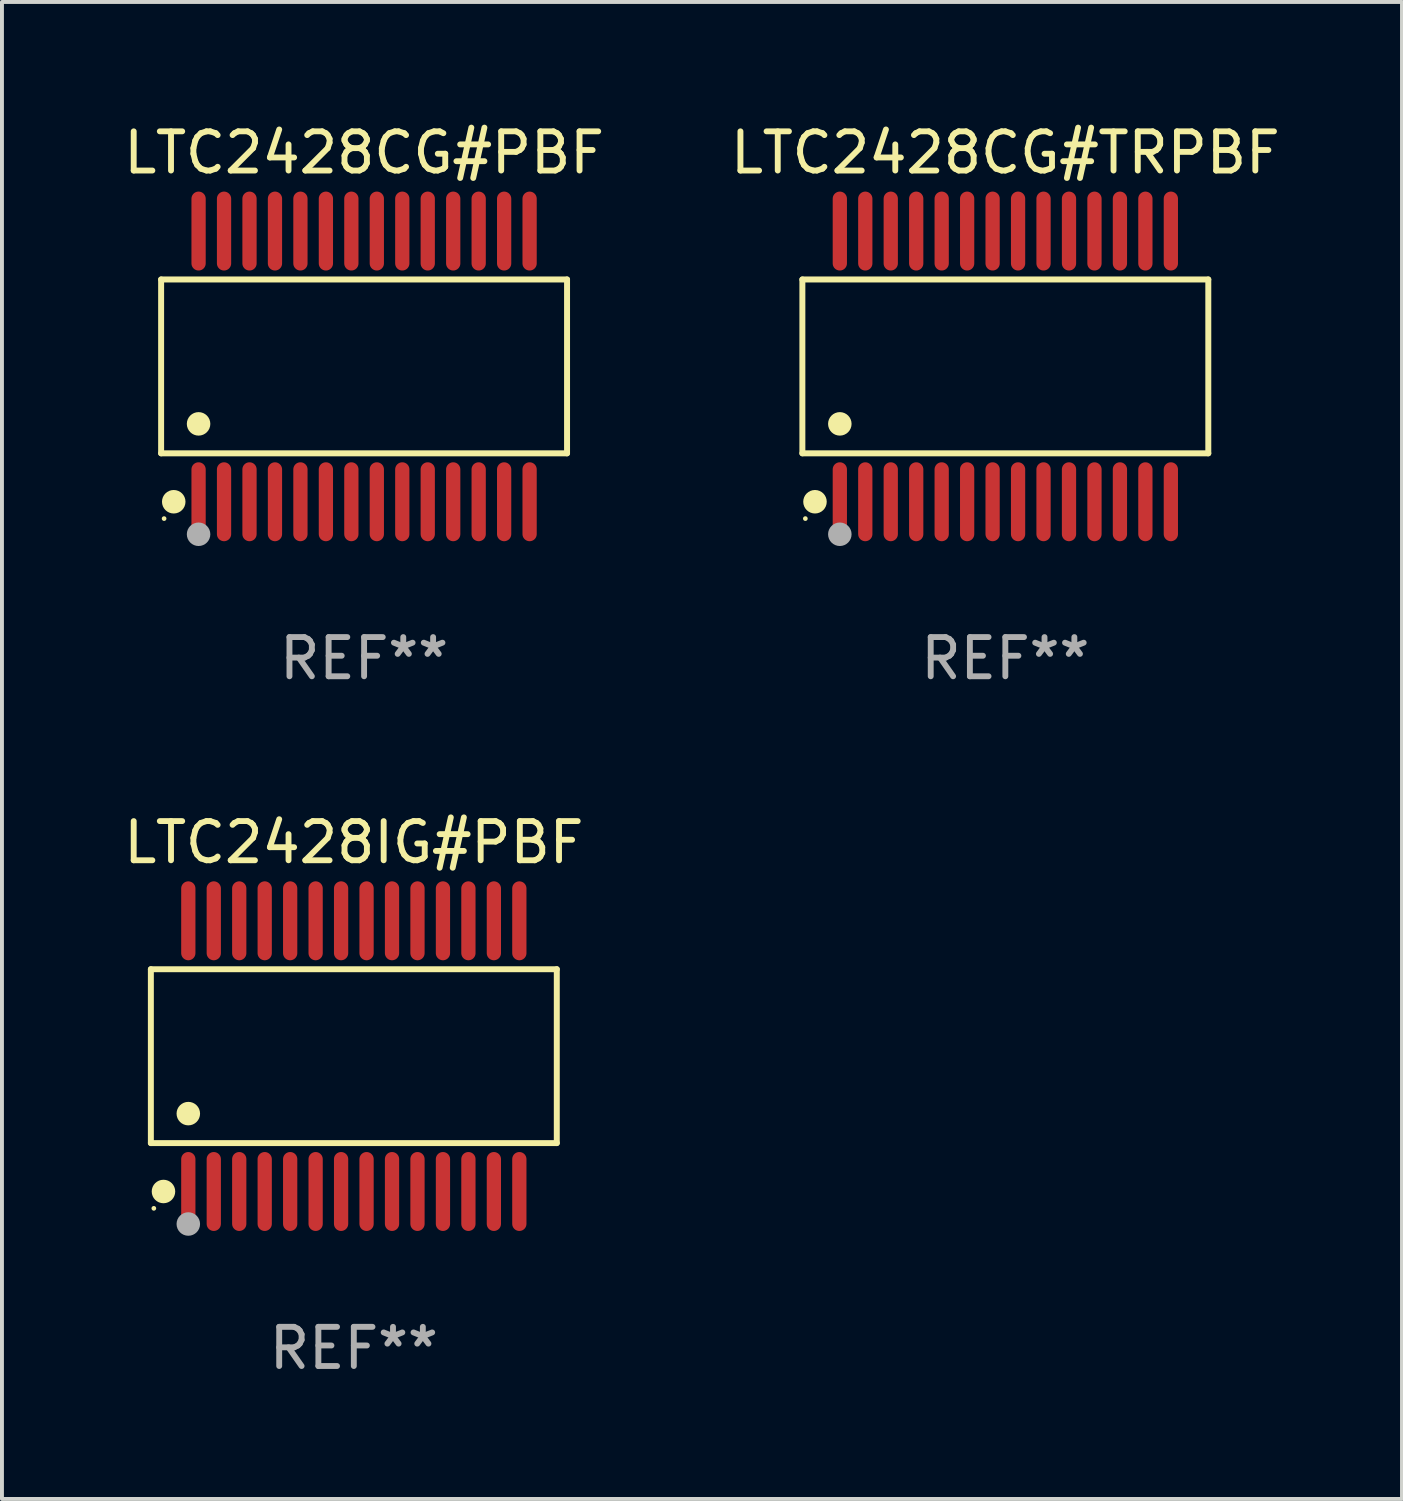
<source format=kicad_pcb>
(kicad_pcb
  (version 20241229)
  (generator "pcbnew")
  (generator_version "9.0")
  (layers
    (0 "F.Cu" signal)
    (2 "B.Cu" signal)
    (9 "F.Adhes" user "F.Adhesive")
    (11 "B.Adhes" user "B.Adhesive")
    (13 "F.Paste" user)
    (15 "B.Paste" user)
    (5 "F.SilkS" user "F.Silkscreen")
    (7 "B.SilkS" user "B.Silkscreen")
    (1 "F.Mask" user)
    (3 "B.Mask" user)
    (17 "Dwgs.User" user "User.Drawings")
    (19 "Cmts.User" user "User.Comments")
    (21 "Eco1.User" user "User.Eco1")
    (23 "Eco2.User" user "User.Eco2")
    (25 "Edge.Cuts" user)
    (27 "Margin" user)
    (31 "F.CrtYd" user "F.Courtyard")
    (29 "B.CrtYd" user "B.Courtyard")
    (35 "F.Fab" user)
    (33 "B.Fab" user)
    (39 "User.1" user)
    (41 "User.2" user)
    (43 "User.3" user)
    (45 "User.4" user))
  (footprint "LTC2428CG#TRPBF"
    (layer "F.Cu")
    (at 22.613 6.303)
    (property "Reference" "LTC2428CG#TRPBF" (at 0 -5.455 0) (layer "F.SilkS") (effects (font (size 1 1) (thickness 0.15))))
    (attr through_hole)
    (fp_line (start -5.181 -2.219) (end 5.181 -2.219) (stroke (width 0.152) (type solid)) (layer "F.SilkS"))
    (fp_line (start -5.181 2.219) (end -5.181 -2.219) (stroke (width 0.152) (type solid)) (layer "F.SilkS"))
    (fp_line (start 5.181 -2.219) (end 5.181 2.219) (stroke (width 0.152) (type solid)) (layer "F.SilkS"))
    (fp_line (start 5.181 2.219) (end -5.181 2.219) (stroke (width 0.152) (type solid)) (layer "F.SilkS"))
    (fp_circle (center -5.105 3.885) (end -5.075 3.885) (stroke (width 0.06) (type solid)) (fill no) (layer "F.SilkS"))
    (fp_circle (center -4.859 3.455) (end -4.709 3.455) (stroke (width 0.3) (type solid)) (fill no) (layer "F.SilkS"))
    (fp_circle (center -4.225 1.467) (end -4.075 1.467) (stroke (width 0.3) (type solid)) (fill no) (layer "F.SilkS"))
    (fp_circle (center -4.225 4.285) (end -4.075 4.285) (stroke (width 0.3) (type solid)) (fill no) (layer "F.Fab"))
    (fp_text user "REF**" (at 0 7.455 0) (layer "F.Fab") (effects (font (size 1 1) (thickness 0.15))))
    (pad "1" smd oval (at -4.225 3.455) (size 0.364 2.015) (layers "F.Cu" "F.Mask" "F.Paste"))
    (pad "2" smd oval (at -3.575 3.455) (size 0.364 2.015) (layers "F.Cu" "F.Mask" "F.Paste"))
    (pad "3" smd oval (at -2.925 3.455) (size 0.364 2.015) (layers "F.Cu" "F.Mask" "F.Paste"))
    (pad "4" smd oval (at -2.275 3.455) (size 0.364 2.015) (layers "F.Cu" "F.Mask" "F.Paste"))
    (pad "5" smd oval (at -1.625 3.455) (size 0.364 2.015) (layers "F.Cu" "F.Mask" "F.Paste"))
    (pad "6" smd oval (at -0.975 3.455) (size 0.364 2.015) (layers "F.Cu" "F.Mask" "F.Paste"))
    (pad "7" smd oval (at -0.325 3.455) (size 0.364 2.015) (layers "F.Cu" "F.Mask" "F.Paste"))
    (pad "8" smd oval (at 0.325 3.455) (size 0.364 2.015) (layers "F.Cu" "F.Mask" "F.Paste"))
    (pad "9" smd oval (at 0.975 3.455) (size 0.364 2.015) (layers "F.Cu" "F.Mask" "F.Paste"))
    (pad "10" smd oval (at 1.625 3.455) (size 0.364 2.015) (layers "F.Cu" "F.Mask" "F.Paste"))
    (pad "11" smd oval (at 2.275 3.455) (size 0.364 2.015) (layers "F.Cu" "F.Mask" "F.Paste"))
    (pad "12" smd oval (at 2.925 3.455) (size 0.364 2.015) (layers "F.Cu" "F.Mask" "F.Paste"))
    (pad "13" smd oval (at 3.575 3.455) (size 0.364 2.015) (layers "F.Cu" "F.Mask" "F.Paste"))
    (pad "14" smd oval (at 4.225 3.455) (size 0.364 2.015) (layers "F.Cu" "F.Mask" "F.Paste"))
    (pad "15" smd oval (at 4.225 -3.455) (size 0.364 2.015) (layers "F.Cu" "F.Mask" "F.Paste"))
    (pad "16" smd oval (at 3.575 -3.455) (size 0.364 2.015) (layers "F.Cu" "F.Mask" "F.Paste"))
    (pad "17" smd oval (at 2.925 -3.455) (size 0.364 2.015) (layers "F.Cu" "F.Mask" "F.Paste"))
    (pad "18" smd oval (at 2.275 -3.455) (size 0.364 2.015) (layers "F.Cu" "F.Mask" "F.Paste"))
    (pad "19" smd oval (at 1.625 -3.455) (size 0.364 2.015) (layers "F.Cu" "F.Mask" "F.Paste"))
    (pad "20" smd oval (at 0.975 -3.455) (size 0.364 2.015) (layers "F.Cu" "F.Mask" "F.Paste"))
    (pad "21" smd oval (at 0.325 -3.455) (size 0.364 2.015) (layers "F.Cu" "F.Mask" "F.Paste"))
    (pad "22" smd oval (at -0.325 -3.455) (size 0.364 2.015) (layers "F.Cu" "F.Mask" "F.Paste"))
    (pad "23" smd oval (at -0.975 -3.455) (size 0.364 2.015) (layers "F.Cu" "F.Mask" "F.Paste"))
    (pad "24" smd oval (at -1.625 -3.455) (size 0.364 2.015) (layers "F.Cu" "F.Mask" "F.Paste"))
    (pad "25" smd oval (at -2.275 -3.455) (size 0.364 2.015) (layers "F.Cu" "F.Mask" "F.Paste"))
    (pad "26" smd oval (at -2.925 -3.455) (size 0.364 2.015) (layers "F.Cu" "F.Mask" "F.Paste"))
    (pad "27" smd oval (at -3.575 -3.455) (size 0.364 2.015) (layers "F.Cu" "F.Mask" "F.Paste"))
    (pad "28" smd oval (at -4.225 -3.455) (size 0.364 2.015) (layers "F.Cu" "F.Mask" "F.Paste")))
  (footprint "LTC2428CG#PBF"
    (layer "F.Cu")
    (at 6.244 6.303)
    (property "Reference" "LTC2428CG#PBF" (at 0 -5.455 0) (layer "F.SilkS") (effects (font (size 1 1) (thickness 0.15))))
    (attr through_hole)
    (fp_line (start -5.181 -2.219) (end 5.181 -2.219) (stroke (width 0.152) (type solid)) (layer "F.SilkS"))
    (fp_line (start -5.181 2.219) (end -5.181 -2.219) (stroke (width 0.152) (type solid)) (layer "F.SilkS"))
    (fp_line (start 5.181 -2.219) (end 5.181 2.219) (stroke (width 0.152) (type solid)) (layer "F.SilkS"))
    (fp_line (start 5.181 2.219) (end -5.181 2.219) (stroke (width 0.152) (type solid)) (layer "F.SilkS"))
    (fp_circle (center -5.105 3.885) (end -5.075 3.885) (stroke (width 0.06) (type solid)) (fill no) (layer "F.SilkS"))
    (fp_circle (center -4.859 3.455) (end -4.709 3.455) (stroke (width 0.3) (type solid)) (fill no) (layer "F.SilkS"))
    (fp_circle (center -4.225 1.467) (end -4.075 1.467) (stroke (width 0.3) (type solid)) (fill no) (layer "F.SilkS"))
    (fp_circle (center -4.225 4.285) (end -4.075 4.285) (stroke (width 0.3) (type solid)) (fill no) (layer "F.Fab"))
    (fp_text user "REF**" (at 0 7.455 0) (layer "F.Fab") (effects (font (size 1 1) (thickness 0.15))))
    (pad "1" smd oval (at -4.225 3.455) (size 0.364 2.015) (layers "F.Cu" "F.Mask" "F.Paste"))
    (pad "2" smd oval (at -3.575 3.455) (size 0.364 2.015) (layers "F.Cu" "F.Mask" "F.Paste"))
    (pad "3" smd oval (at -2.925 3.455) (size 0.364 2.015) (layers "F.Cu" "F.Mask" "F.Paste"))
    (pad "4" smd oval (at -2.275 3.455) (size 0.364 2.015) (layers "F.Cu" "F.Mask" "F.Paste"))
    (pad "5" smd oval (at -1.625 3.455) (size 0.364 2.015) (layers "F.Cu" "F.Mask" "F.Paste"))
    (pad "6" smd oval (at -0.975 3.455) (size 0.364 2.015) (layers "F.Cu" "F.Mask" "F.Paste"))
    (pad "7" smd oval (at -0.325 3.455) (size 0.364 2.015) (layers "F.Cu" "F.Mask" "F.Paste"))
    (pad "8" smd oval (at 0.325 3.455) (size 0.364 2.015) (layers "F.Cu" "F.Mask" "F.Paste"))
    (pad "9" smd oval (at 0.975 3.455) (size 0.364 2.015) (layers "F.Cu" "F.Mask" "F.Paste"))
    (pad "10" smd oval (at 1.625 3.455) (size 0.364 2.015) (layers "F.Cu" "F.Mask" "F.Paste"))
    (pad "11" smd oval (at 2.275 3.455) (size 0.364 2.015) (layers "F.Cu" "F.Mask" "F.Paste"))
    (pad "12" smd oval (at 2.925 3.455) (size 0.364 2.015) (layers "F.Cu" "F.Mask" "F.Paste"))
    (pad "13" smd oval (at 3.575 3.455) (size 0.364 2.015) (layers "F.Cu" "F.Mask" "F.Paste"))
    (pad "14" smd oval (at 4.225 3.455) (size 0.364 2.015) (layers "F.Cu" "F.Mask" "F.Paste"))
    (pad "15" smd oval (at 4.225 -3.455) (size 0.364 2.015) (layers "F.Cu" "F.Mask" "F.Paste"))
    (pad "16" smd oval (at 3.575 -3.455) (size 0.364 2.015) (layers "F.Cu" "F.Mask" "F.Paste"))
    (pad "17" smd oval (at 2.925 -3.455) (size 0.364 2.015) (layers "F.Cu" "F.Mask" "F.Paste"))
    (pad "18" smd oval (at 2.275 -3.455) (size 0.364 2.015) (layers "F.Cu" "F.Mask" "F.Paste"))
    (pad "19" smd oval (at 1.625 -3.455) (size 0.364 2.015) (layers "F.Cu" "F.Mask" "F.Paste"))
    (pad "20" smd oval (at 0.975 -3.455) (size 0.364 2.015) (layers "F.Cu" "F.Mask" "F.Paste"))
    (pad "21" smd oval (at 0.325 -3.455) (size 0.364 2.015) (layers "F.Cu" "F.Mask" "F.Paste"))
    (pad "22" smd oval (at -0.325 -3.455) (size 0.364 2.015) (layers "F.Cu" "F.Mask" "F.Paste"))
    (pad "23" smd oval (at -0.975 -3.455) (size 0.364 2.015) (layers "F.Cu" "F.Mask" "F.Paste"))
    (pad "24" smd oval (at -1.625 -3.455) (size 0.364 2.015) (layers "F.Cu" "F.Mask" "F.Paste"))
    (pad "25" smd oval (at -2.275 -3.455) (size 0.364 2.015) (layers "F.Cu" "F.Mask" "F.Paste"))
    (pad "26" smd oval (at -2.925 -3.455) (size 0.364 2.015) (layers "F.Cu" "F.Mask" "F.Paste"))
    (pad "27" smd oval (at -3.575 -3.455) (size 0.364 2.015) (layers "F.Cu" "F.Mask" "F.Paste"))
    (pad "28" smd oval (at -4.225 -3.455) (size 0.364 2.015) (layers "F.Cu" "F.Mask" "F.Paste")))
  (footprint "LTC2428IG#PBF"
    (layer "F.Cu")
    (at 5.982 23.91)
    (property "Reference" "LTC2428IG#PBF" (at 0 -5.455 0) (layer "F.SilkS") (effects (font (size 1 1) (thickness 0.15))))
    (attr through_hole)
    (fp_line (start -5.181 -2.219) (end 5.181 -2.219) (stroke (width 0.152) (type solid)) (layer "F.SilkS"))
    (fp_line (start -5.181 2.219) (end -5.181 -2.219) (stroke (width 0.152) (type solid)) (layer "F.SilkS"))
    (fp_line (start 5.181 -2.219) (end 5.181 2.219) (stroke (width 0.152) (type solid)) (layer "F.SilkS"))
    (fp_line (start 5.181 2.219) (end -5.181 2.219) (stroke (width 0.152) (type solid)) (layer "F.SilkS"))
    (fp_circle (center -5.105 3.885) (end -5.075 3.885) (stroke (width 0.06) (type solid)) (fill no) (layer "F.SilkS"))
    (fp_circle (center -4.859 3.455) (end -4.709 3.455) (stroke (width 0.3) (type solid)) (fill no) (layer "F.SilkS"))
    (fp_circle (center -4.225 1.467) (end -4.075 1.467) (stroke (width 0.3) (type solid)) (fill no) (layer "F.SilkS"))
    (fp_circle (center -4.225 4.285) (end -4.075 4.285) (stroke (width 0.3) (type solid)) (fill no) (layer "F.Fab"))
    (fp_text user "REF**" (at 0 7.455 0) (layer "F.Fab") (effects (font (size 1 1) (thickness 0.15))))
    (pad "1" smd oval (at -4.225 3.455) (size 0.364 2.015) (layers "F.Cu" "F.Mask" "F.Paste"))
    (pad "2" smd oval (at -3.575 3.455) (size 0.364 2.015) (layers "F.Cu" "F.Mask" "F.Paste"))
    (pad "3" smd oval (at -2.925 3.455) (size 0.364 2.015) (layers "F.Cu" "F.Mask" "F.Paste"))
    (pad "4" smd oval (at -2.275 3.455) (size 0.364 2.015) (layers "F.Cu" "F.Mask" "F.Paste"))
    (pad "5" smd oval (at -1.625 3.455) (size 0.364 2.015) (layers "F.Cu" "F.Mask" "F.Paste"))
    (pad "6" smd oval (at -0.975 3.455) (size 0.364 2.015) (layers "F.Cu" "F.Mask" "F.Paste"))
    (pad "7" smd oval (at -0.325 3.455) (size 0.364 2.015) (layers "F.Cu" "F.Mask" "F.Paste"))
    (pad "8" smd oval (at 0.325 3.455) (size 0.364 2.015) (layers "F.Cu" "F.Mask" "F.Paste"))
    (pad "9" smd oval (at 0.975 3.455) (size 0.364 2.015) (layers "F.Cu" "F.Mask" "F.Paste"))
    (pad "10" smd oval (at 1.625 3.455) (size 0.364 2.015) (layers "F.Cu" "F.Mask" "F.Paste"))
    (pad "11" smd oval (at 2.275 3.455) (size 0.364 2.015) (layers "F.Cu" "F.Mask" "F.Paste"))
    (pad "12" smd oval (at 2.925 3.455) (size 0.364 2.015) (layers "F.Cu" "F.Mask" "F.Paste"))
    (pad "13" smd oval (at 3.575 3.455) (size 0.364 2.015) (layers "F.Cu" "F.Mask" "F.Paste"))
    (pad "14" smd oval (at 4.225 3.455) (size 0.364 2.015) (layers "F.Cu" "F.Mask" "F.Paste"))
    (pad "15" smd oval (at 4.225 -3.455) (size 0.364 2.015) (layers "F.Cu" "F.Mask" "F.Paste"))
    (pad "16" smd oval (at 3.575 -3.455) (size 0.364 2.015) (layers "F.Cu" "F.Mask" "F.Paste"))
    (pad "17" smd oval (at 2.925 -3.455) (size 0.364 2.015) (layers "F.Cu" "F.Mask" "F.Paste"))
    (pad "18" smd oval (at 2.275 -3.455) (size 0.364 2.015) (layers "F.Cu" "F.Mask" "F.Paste"))
    (pad "19" smd oval (at 1.625 -3.455) (size 0.364 2.015) (layers "F.Cu" "F.Mask" "F.Paste"))
    (pad "20" smd oval (at 0.975 -3.455) (size 0.364 2.015) (layers "F.Cu" "F.Mask" "F.Paste"))
    (pad "21" smd oval (at 0.325 -3.455) (size 0.364 2.015) (layers "F.Cu" "F.Mask" "F.Paste"))
    (pad "22" smd oval (at -0.325 -3.455) (size 0.364 2.015) (layers "F.Cu" "F.Mask" "F.Paste"))
    (pad "23" smd oval (at -0.975 -3.455) (size 0.364 2.015) (layers "F.Cu" "F.Mask" "F.Paste"))
    (pad "24" smd oval (at -1.625 -3.455) (size 0.364 2.015) (layers "F.Cu" "F.Mask" "F.Paste"))
    (pad "25" smd oval (at -2.275 -3.455) (size 0.364 2.015) (layers "F.Cu" "F.Mask" "F.Paste"))
    (pad "26" smd oval (at -2.925 -3.455) (size 0.364 2.015) (layers "F.Cu" "F.Mask" "F.Paste"))
    (pad "27" smd oval (at -3.575 -3.455) (size 0.364 2.015) (layers "F.Cu" "F.Mask" "F.Paste"))
    (pad "28" smd oval (at -4.225 -3.455) (size 0.364 2.015) (layers "F.Cu" "F.Mask" "F.Paste")))
  (gr_rect
    (start -3 -3)
    (end 32.738 35.214)
    (stroke (width 0.1) (type default))
    (fill no)
    (layer "Edge.Cuts")))
</source>
